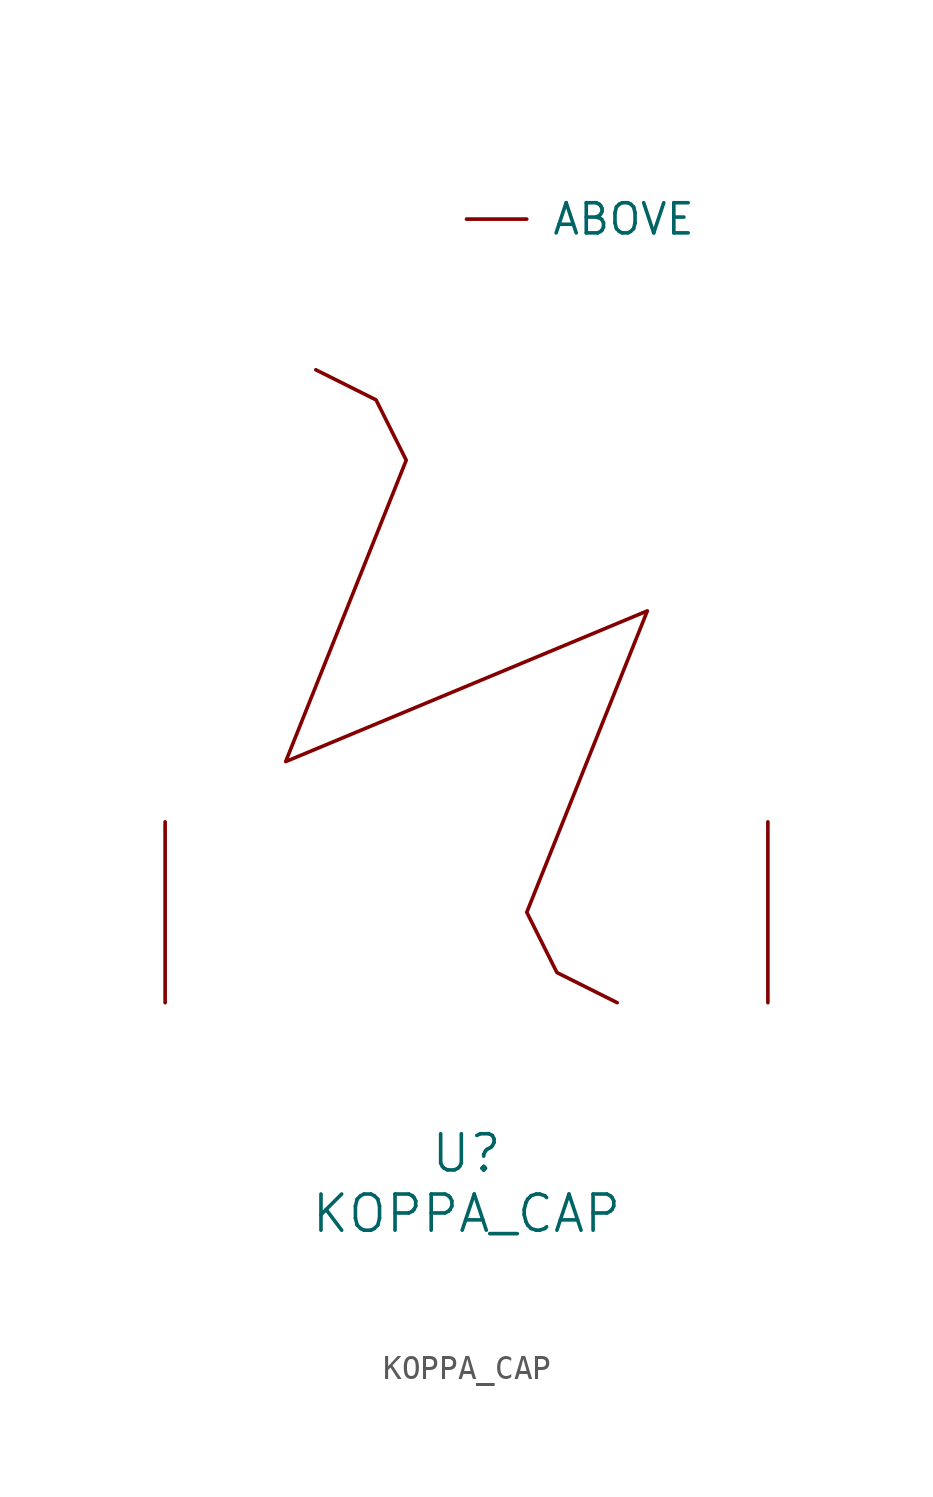
<source format=kicad_sym>
(kicad_symbol_lib
  (version 20220914)
  (generator font_lib2sym)
  (symbol "KOPPA_CAP"
    (pin_names
      (offset 1.016))
    (property "Reference" "U"
      (at 0 -6.35 0)
      (effects (font (size 1.524 1.524))))
    (property "Value" "KOPPA_CAP"
      (at 0 -8.89 0)
      (effects (font (size 1.524 1.524))))
    (symbol "KOPPA_CAP_0_1"
      (polyline (pts (xy -6.35 26.67) (xy -3.81 25.4) (xy -2.54 22.86) (xy -7.62 10.16) (xy 7.62 16.51) (xy 2.54 3.81) (xy 3.81 1.27) (xy 6.35 0)) (stroke (width 0) (type solid)) (fill (type none)))
      (pin input line (at 0 33.02 0) (length 2.54) (name "ABOVE" (effects (font (size 1.27 1.27)))) (number "~" (effects (font (size 1.27 1.27)))))
      (pin input line (at -12.7 0 90) (length 7.62) (name "~" (effects (font (size 1.27 1.27)))) (number "~" (effects (font (size 1.27 1.27)))))
      (pin input line (at 12.7 0 90) (length 7.62) (name "~" (effects (font (size 1.27 1.27)))) (number "~" (effects (font (size 1.27 1.27))))))))
</source>
